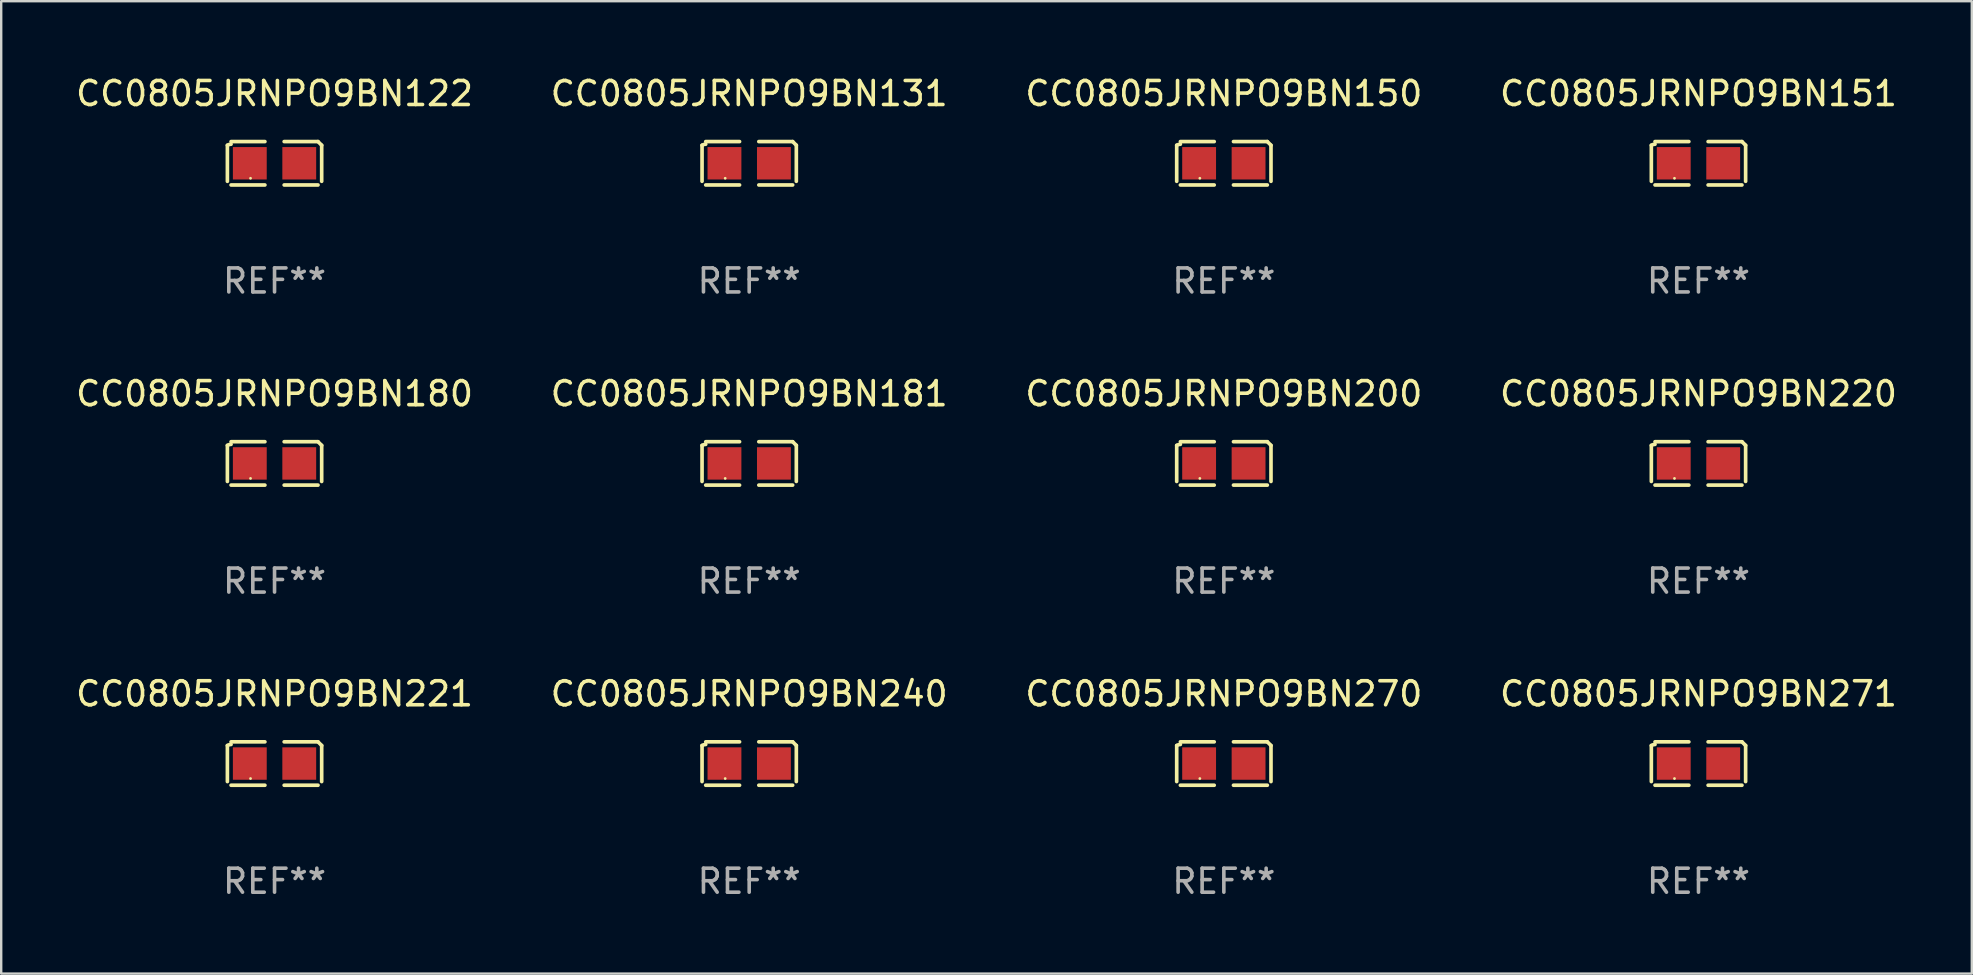
<source format=kicad_pcb>
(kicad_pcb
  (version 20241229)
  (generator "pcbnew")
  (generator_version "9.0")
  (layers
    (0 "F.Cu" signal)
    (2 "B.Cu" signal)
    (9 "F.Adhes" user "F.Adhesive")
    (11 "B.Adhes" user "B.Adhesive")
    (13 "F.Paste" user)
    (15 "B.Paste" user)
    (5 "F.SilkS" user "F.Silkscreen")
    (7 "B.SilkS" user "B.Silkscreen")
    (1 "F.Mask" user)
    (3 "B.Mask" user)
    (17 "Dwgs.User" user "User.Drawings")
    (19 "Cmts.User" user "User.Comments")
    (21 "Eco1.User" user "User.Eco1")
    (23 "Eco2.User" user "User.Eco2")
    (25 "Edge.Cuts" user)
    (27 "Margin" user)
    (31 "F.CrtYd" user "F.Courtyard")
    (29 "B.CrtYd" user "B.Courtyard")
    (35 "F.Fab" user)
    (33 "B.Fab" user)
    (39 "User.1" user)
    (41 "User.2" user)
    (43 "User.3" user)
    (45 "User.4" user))
  (footprint "CC0805JRNPO9BN180"
    (layer "F.Cu")
    (at 8.387 16.256)
    (property "Reference" "CC0805JRNPO9BN180" (at 0 -2.904 0) (layer "F.SilkS") (effects (font (size 1 1) (thickness 0.15))))
    (attr through_hole)
    (fp_line (start -1.964 0.751) (end -1.964 -0.751) (stroke (width 0.152) (type solid)) (layer "F.SilkS"))
    (fp_line (start -1.811 -0.904) (end -0.401 -0.904) (stroke (width 0.152) (type solid)) (layer "F.SilkS"))
    (fp_line (start -0.401 0.904) (end -1.811 0.904) (stroke (width 0.152) (type solid)) (layer "F.SilkS"))
    (fp_line (start 0.401 0.904) (end 1.811 0.904) (stroke (width 0.152) (type solid)) (layer "F.SilkS"))
    (fp_line (start 1.811 -0.904) (end 0.401 -0.904) (stroke (width 0.152) (type solid)) (layer "F.SilkS"))
    (fp_line (start 1.964 0.751) (end 1.964 -0.751) (stroke (width 0.152) (type solid)) (layer "F.SilkS"))
    (fp_arc (start -1.963602 -0.751207) (mid -1.890354 -0.783131) (end -1.811201 -0.794044) (stroke (width 0.1524) (type solid)) (layer "F.SilkS"))
    (fp_arc (start 1.811202 -0.903607) (mid 1.887413 -0.827418) (end 1.963602 -0.751207) (stroke (width 0.1524) (type solid)) (layer "F.SilkS"))
    (fp_circle (center -1 0.625) (end -0.97 0.625) (stroke (width 0.06) (type solid)) (fill no) (layer "F.SilkS"))
    (fp_text user "REF**" (at 0 4.904 0) (layer "F.Fab") (effects (font (size 1 1) (thickness 0.15))))
    (pad "1" smd rect (at -1.03 0) (size 1.41 1.35) (layers "F.Cu" "F.Mask" "F.Paste"))
    (pad "2" smd rect (at 1.03 0) (size 1.41 1.35) (layers "F.Cu" "F.Mask" "F.Paste")))
  (footprint "CC0805JRNPO9BN221"
    (layer "F.Cu")
    (at 8.387 28.759)
    (property "Reference" "CC0805JRNPO9BN221" (at 0 -2.904 0) (layer "F.SilkS") (effects (font (size 1 1) (thickness 0.15))))
    (attr through_hole)
    (fp_line (start -1.964 0.751) (end -1.964 -0.751) (stroke (width 0.152) (type solid)) (layer "F.SilkS"))
    (fp_line (start -1.811 -0.904) (end -0.401 -0.904) (stroke (width 0.152) (type solid)) (layer "F.SilkS"))
    (fp_line (start -0.401 0.904) (end -1.811 0.904) (stroke (width 0.152) (type solid)) (layer "F.SilkS"))
    (fp_line (start 0.401 0.904) (end 1.811 0.904) (stroke (width 0.152) (type solid)) (layer "F.SilkS"))
    (fp_line (start 1.811 -0.904) (end 0.401 -0.904) (stroke (width 0.152) (type solid)) (layer "F.SilkS"))
    (fp_line (start 1.964 0.751) (end 1.964 -0.751) (stroke (width 0.152) (type solid)) (layer "F.SilkS"))
    (fp_arc (start -1.963602 -0.751207) (mid -1.890354 -0.783131) (end -1.811201 -0.794044) (stroke (width 0.1524) (type solid)) (layer "F.SilkS"))
    (fp_arc (start 1.811202 -0.903607) (mid 1.887413 -0.827418) (end 1.963602 -0.751207) (stroke (width 0.1524) (type solid)) (layer "F.SilkS"))
    (fp_circle (center -1 0.625) (end -0.97 0.625) (stroke (width 0.06) (type solid)) (fill no) (layer "F.SilkS"))
    (fp_text user "REF**" (at 0 4.904 0) (layer "F.Fab") (effects (font (size 1 1) (thickness 0.15))))
    (pad "1" smd rect (at -1.03 0) (size 1.41 1.35) (layers "F.Cu" "F.Mask" "F.Paste"))
    (pad "2" smd rect (at 1.03 0) (size 1.41 1.35) (layers "F.Cu" "F.Mask" "F.Paste")))
  (footprint "CC0805JRNPO9BN181"
    (layer "F.Cu")
    (at 28.161 16.256)
    (property "Reference" "CC0805JRNPO9BN181" (at 0 -2.904 0) (layer "F.SilkS") (effects (font (size 1 1) (thickness 0.15))))
    (attr through_hole)
    (fp_line (start -1.964 0.751) (end -1.964 -0.751) (stroke (width 0.152) (type solid)) (layer "F.SilkS"))
    (fp_line (start -1.811 -0.904) (end -0.401 -0.904) (stroke (width 0.152) (type solid)) (layer "F.SilkS"))
    (fp_line (start -0.401 0.904) (end -1.811 0.904) (stroke (width 0.152) (type solid)) (layer "F.SilkS"))
    (fp_line (start 0.401 0.904) (end 1.811 0.904) (stroke (width 0.152) (type solid)) (layer "F.SilkS"))
    (fp_line (start 1.811 -0.904) (end 0.401 -0.904) (stroke (width 0.152) (type solid)) (layer "F.SilkS"))
    (fp_line (start 1.964 0.751) (end 1.964 -0.751) (stroke (width 0.152) (type solid)) (layer "F.SilkS"))
    (fp_arc (start -1.963602 -0.751207) (mid -1.890354 -0.783131) (end -1.811201 -0.794044) (stroke (width 0.1524) (type solid)) (layer "F.SilkS"))
    (fp_arc (start 1.811202 -0.903607) (mid 1.887413 -0.827418) (end 1.963602 -0.751207) (stroke (width 0.1524) (type solid)) (layer "F.SilkS"))
    (fp_circle (center -1 0.625) (end -0.97 0.625) (stroke (width 0.06) (type solid)) (fill no) (layer "F.SilkS"))
    (fp_text user "REF**" (at 0 4.904 0) (layer "F.Fab") (effects (font (size 1 1) (thickness 0.15))))
    (pad "1" smd rect (at -1.03 0) (size 1.41 1.35) (layers "F.Cu" "F.Mask" "F.Paste"))
    (pad "2" smd rect (at 1.03 0) (size 1.41 1.35) (layers "F.Cu" "F.Mask" "F.Paste")))
  (footprint "CC0805JRNPO9BN240"
    (layer "F.Cu")
    (at 28.161 28.759)
    (property "Reference" "CC0805JRNPO9BN240" (at 0 -2.904 0) (layer "F.SilkS") (effects (font (size 1 1) (thickness 0.15))))
    (attr through_hole)
    (fp_line (start -1.964 0.751) (end -1.964 -0.751) (stroke (width 0.152) (type solid)) (layer "F.SilkS"))
    (fp_line (start -1.811 -0.904) (end -0.401 -0.904) (stroke (width 0.152) (type solid)) (layer "F.SilkS"))
    (fp_line (start -0.401 0.904) (end -1.811 0.904) (stroke (width 0.152) (type solid)) (layer "F.SilkS"))
    (fp_line (start 0.401 0.904) (end 1.811 0.904) (stroke (width 0.152) (type solid)) (layer "F.SilkS"))
    (fp_line (start 1.811 -0.904) (end 0.401 -0.904) (stroke (width 0.152) (type solid)) (layer "F.SilkS"))
    (fp_line (start 1.964 0.751) (end 1.964 -0.751) (stroke (width 0.152) (type solid)) (layer "F.SilkS"))
    (fp_arc (start -1.963602 -0.751207) (mid -1.890354 -0.783131) (end -1.811201 -0.794044) (stroke (width 0.1524) (type solid)) (layer "F.SilkS"))
    (fp_arc (start 1.811202 -0.903607) (mid 1.887413 -0.827418) (end 1.963602 -0.751207) (stroke (width 0.1524) (type solid)) (layer "F.SilkS"))
    (fp_circle (center -1 0.625) (end -0.97 0.625) (stroke (width 0.06) (type solid)) (fill no) (layer "F.SilkS"))
    (fp_text user "REF**" (at 0 4.904 0) (layer "F.Fab") (effects (font (size 1 1) (thickness 0.15))))
    (pad "1" smd rect (at -1.03 0) (size 1.41 1.35) (layers "F.Cu" "F.Mask" "F.Paste"))
    (pad "2" smd rect (at 1.03 0) (size 1.41 1.35) (layers "F.Cu" "F.Mask" "F.Paste")))
  (footprint "CC0805JRNPO9BN122"
    (layer "F.Cu")
    (at 8.387 3.752)
    (property "Reference" "CC0805JRNPO9BN122" (at 0 -2.904 0) (layer "F.SilkS") (effects (font (size 1 1) (thickness 0.15))))
    (attr through_hole)
    (fp_line (start -1.964 0.751) (end -1.964 -0.751) (stroke (width 0.152) (type solid)) (layer "F.SilkS"))
    (fp_line (start -1.811 -0.904) (end -0.401 -0.904) (stroke (width 0.152) (type solid)) (layer "F.SilkS"))
    (fp_line (start -0.401 0.904) (end -1.811 0.904) (stroke (width 0.152) (type solid)) (layer "F.SilkS"))
    (fp_line (start 0.401 0.904) (end 1.811 0.904) (stroke (width 0.152) (type solid)) (layer "F.SilkS"))
    (fp_line (start 1.811 -0.904) (end 0.401 -0.904) (stroke (width 0.152) (type solid)) (layer "F.SilkS"))
    (fp_line (start 1.964 0.751) (end 1.964 -0.751) (stroke (width 0.152) (type solid)) (layer "F.SilkS"))
    (fp_arc (start -1.963602 -0.751207) (mid -1.890354 -0.783131) (end -1.811201 -0.794044) (stroke (width 0.1524) (type solid)) (layer "F.SilkS"))
    (fp_arc (start 1.811202 -0.903607) (mid 1.887413 -0.827418) (end 1.963602 -0.751207) (stroke (width 0.1524) (type solid)) (layer "F.SilkS"))
    (fp_circle (center -1 0.625) (end -0.97 0.625) (stroke (width 0.06) (type solid)) (fill no) (layer "F.SilkS"))
    (fp_text user "REF**" (at 0 4.904 0) (layer "F.Fab") (effects (font (size 1 1) (thickness 0.15))))
    (pad "1" smd rect (at -1.03 0) (size 1.41 1.35) (layers "F.Cu" "F.Mask" "F.Paste"))
    (pad "2" smd rect (at 1.03 0) (size 1.41 1.35) (layers "F.Cu" "F.Mask" "F.Paste")))
  (footprint "CC0805JRNPO9BN151"
    (layer "F.Cu")
    (at 67.708 3.752)
    (property "Reference" "CC0805JRNPO9BN151" (at 0 -2.904 0) (layer "F.SilkS") (effects (font (size 1 1) (thickness 0.15))))
    (attr through_hole)
    (fp_line (start -1.964 0.751) (end -1.964 -0.751) (stroke (width 0.152) (type solid)) (layer "F.SilkS"))
    (fp_line (start -1.811 -0.904) (end -0.401 -0.904) (stroke (width 0.152) (type solid)) (layer "F.SilkS"))
    (fp_line (start -0.401 0.904) (end -1.811 0.904) (stroke (width 0.152) (type solid)) (layer "F.SilkS"))
    (fp_line (start 0.401 0.904) (end 1.811 0.904) (stroke (width 0.152) (type solid)) (layer "F.SilkS"))
    (fp_line (start 1.811 -0.904) (end 0.401 -0.904) (stroke (width 0.152) (type solid)) (layer "F.SilkS"))
    (fp_line (start 1.964 0.751) (end 1.964 -0.751) (stroke (width 0.152) (type solid)) (layer "F.SilkS"))
    (fp_arc (start -1.963602 -0.751207) (mid -1.890354 -0.783131) (end -1.811201 -0.794044) (stroke (width 0.1524) (type solid)) (layer "F.SilkS"))
    (fp_arc (start 1.811202 -0.903607) (mid 1.887413 -0.827418) (end 1.963602 -0.751207) (stroke (width 0.1524) (type solid)) (layer "F.SilkS"))
    (fp_circle (center -1 0.625) (end -0.97 0.625) (stroke (width 0.06) (type solid)) (fill no) (layer "F.SilkS"))
    (fp_text user "REF**" (at 0 4.904 0) (layer "F.Fab") (effects (font (size 1 1) (thickness 0.15))))
    (pad "1" smd rect (at -1.03 0) (size 1.41 1.35) (layers "F.Cu" "F.Mask" "F.Paste"))
    (pad "2" smd rect (at 1.03 0) (size 1.41 1.35) (layers "F.Cu" "F.Mask" "F.Paste")))
  (footprint "CC0805JRNPO9BN220"
    (layer "F.Cu")
    (at 67.708 16.256)
    (property "Reference" "CC0805JRNPO9BN220" (at 0 -2.904 0) (layer "F.SilkS") (effects (font (size 1 1) (thickness 0.15))))
    (attr through_hole)
    (fp_line (start -1.964 0.751) (end -1.964 -0.751) (stroke (width 0.152) (type solid)) (layer "F.SilkS"))
    (fp_line (start -1.811 -0.904) (end -0.401 -0.904) (stroke (width 0.152) (type solid)) (layer "F.SilkS"))
    (fp_line (start -0.401 0.904) (end -1.811 0.904) (stroke (width 0.152) (type solid)) (layer "F.SilkS"))
    (fp_line (start 0.401 0.904) (end 1.811 0.904) (stroke (width 0.152) (type solid)) (layer "F.SilkS"))
    (fp_line (start 1.811 -0.904) (end 0.401 -0.904) (stroke (width 0.152) (type solid)) (layer "F.SilkS"))
    (fp_line (start 1.964 0.751) (end 1.964 -0.751) (stroke (width 0.152) (type solid)) (layer "F.SilkS"))
    (fp_arc (start -1.963602 -0.751207) (mid -1.890354 -0.783131) (end -1.811201 -0.794044) (stroke (width 0.1524) (type solid)) (layer "F.SilkS"))
    (fp_arc (start 1.811202 -0.903607) (mid 1.887413 -0.827418) (end 1.963602 -0.751207) (stroke (width 0.1524) (type solid)) (layer "F.SilkS"))
    (fp_circle (center -1 0.625) (end -0.97 0.625) (stroke (width 0.06) (type solid)) (fill no) (layer "F.SilkS"))
    (fp_text user "REF**" (at 0 4.904 0) (layer "F.Fab") (effects (font (size 1 1) (thickness 0.15))))
    (pad "1" smd rect (at -1.03 0) (size 1.41 1.35) (layers "F.Cu" "F.Mask" "F.Paste"))
    (pad "2" smd rect (at 1.03 0) (size 1.41 1.35) (layers "F.Cu" "F.Mask" "F.Paste")))
  (footprint "CC0805JRNPO9BN271"
    (layer "F.Cu")
    (at 67.708 28.759)
    (property "Reference" "CC0805JRNPO9BN271" (at 0 -2.904 0) (layer "F.SilkS") (effects (font (size 1 1) (thickness 0.15))))
    (attr through_hole)
    (fp_line (start -1.964 0.751) (end -1.964 -0.751) (stroke (width 0.152) (type solid)) (layer "F.SilkS"))
    (fp_line (start -1.811 -0.904) (end -0.401 -0.904) (stroke (width 0.152) (type solid)) (layer "F.SilkS"))
    (fp_line (start -0.401 0.904) (end -1.811 0.904) (stroke (width 0.152) (type solid)) (layer "F.SilkS"))
    (fp_line (start 0.401 0.904) (end 1.811 0.904) (stroke (width 0.152) (type solid)) (layer "F.SilkS"))
    (fp_line (start 1.811 -0.904) (end 0.401 -0.904) (stroke (width 0.152) (type solid)) (layer "F.SilkS"))
    (fp_line (start 1.964 0.751) (end 1.964 -0.751) (stroke (width 0.152) (type solid)) (layer "F.SilkS"))
    (fp_arc (start -1.963602 -0.751207) (mid -1.890354 -0.783131) (end -1.811201 -0.794044) (stroke (width 0.1524) (type solid)) (layer "F.SilkS"))
    (fp_arc (start 1.811202 -0.903607) (mid 1.887413 -0.827418) (end 1.963602 -0.751207) (stroke (width 0.1524) (type solid)) (layer "F.SilkS"))
    (fp_circle (center -1 0.625) (end -0.97 0.625) (stroke (width 0.06) (type solid)) (fill no) (layer "F.SilkS"))
    (fp_text user "REF**" (at 0 4.904 0) (layer "F.Fab") (effects (font (size 1 1) (thickness 0.15))))
    (pad "1" smd rect (at -1.03 0) (size 1.41 1.35) (layers "F.Cu" "F.Mask" "F.Paste"))
    (pad "2" smd rect (at 1.03 0) (size 1.41 1.35) (layers "F.Cu" "F.Mask" "F.Paste")))
  (footprint "CC0805JRNPO9BN270"
    (layer "F.Cu")
    (at 47.935 28.759)
    (property "Reference" "CC0805JRNPO9BN270" (at 0 -2.904 0) (layer "F.SilkS") (effects (font (size 1 1) (thickness 0.15))))
    (attr through_hole)
    (fp_line (start -1.964 0.751) (end -1.964 -0.751) (stroke (width 0.152) (type solid)) (layer "F.SilkS"))
    (fp_line (start -1.811 -0.904) (end -0.401 -0.904) (stroke (width 0.152) (type solid)) (layer "F.SilkS"))
    (fp_line (start -0.401 0.904) (end -1.811 0.904) (stroke (width 0.152) (type solid)) (layer "F.SilkS"))
    (fp_line (start 0.401 0.904) (end 1.811 0.904) (stroke (width 0.152) (type solid)) (layer "F.SilkS"))
    (fp_line (start 1.811 -0.904) (end 0.401 -0.904) (stroke (width 0.152) (type solid)) (layer "F.SilkS"))
    (fp_line (start 1.964 0.751) (end 1.964 -0.751) (stroke (width 0.152) (type solid)) (layer "F.SilkS"))
    (fp_arc (start -1.963602 -0.751207) (mid -1.890354 -0.783131) (end -1.811201 -0.794044) (stroke (width 0.1524) (type solid)) (layer "F.SilkS"))
    (fp_arc (start 1.811202 -0.903607) (mid 1.887413 -0.827418) (end 1.963602 -0.751207) (stroke (width 0.1524) (type solid)) (layer "F.SilkS"))
    (fp_circle (center -1 0.625) (end -0.97 0.625) (stroke (width 0.06) (type solid)) (fill no) (layer "F.SilkS"))
    (fp_text user "REF**" (at 0 4.904 0) (layer "F.Fab") (effects (font (size 1 1) (thickness 0.15))))
    (pad "1" smd rect (at -1.03 0) (size 1.41 1.35) (layers "F.Cu" "F.Mask" "F.Paste"))
    (pad "2" smd rect (at 1.03 0) (size 1.41 1.35) (layers "F.Cu" "F.Mask" "F.Paste")))
  (footprint "CC0805JRNPO9BN150"
    (layer "F.Cu")
    (at 47.935 3.752)
    (property "Reference" "CC0805JRNPO9BN150" (at 0 -2.904 0) (layer "F.SilkS") (effects (font (size 1 1) (thickness 0.15))))
    (attr through_hole)
    (fp_line (start -1.964 0.751) (end -1.964 -0.751) (stroke (width 0.152) (type solid)) (layer "F.SilkS"))
    (fp_line (start -1.811 -0.904) (end -0.401 -0.904) (stroke (width 0.152) (type solid)) (layer "F.SilkS"))
    (fp_line (start -0.401 0.904) (end -1.811 0.904) (stroke (width 0.152) (type solid)) (layer "F.SilkS"))
    (fp_line (start 0.401 0.904) (end 1.811 0.904) (stroke (width 0.152) (type solid)) (layer "F.SilkS"))
    (fp_line (start 1.811 -0.904) (end 0.401 -0.904) (stroke (width 0.152) (type solid)) (layer "F.SilkS"))
    (fp_line (start 1.964 0.751) (end 1.964 -0.751) (stroke (width 0.152) (type solid)) (layer "F.SilkS"))
    (fp_arc (start -1.963602 -0.751207) (mid -1.890354 -0.783131) (end -1.811201 -0.794044) (stroke (width 0.1524) (type solid)) (layer "F.SilkS"))
    (fp_arc (start 1.811202 -0.903607) (mid 1.887413 -0.827418) (end 1.963602 -0.751207) (stroke (width 0.1524) (type solid)) (layer "F.SilkS"))
    (fp_circle (center -1 0.625) (end -0.97 0.625) (stroke (width 0.06) (type solid)) (fill no) (layer "F.SilkS"))
    (fp_text user "REF**" (at 0 4.904 0) (layer "F.Fab") (effects (font (size 1 1) (thickness 0.15))))
    (pad "1" smd rect (at -1.03 0) (size 1.41 1.35) (layers "F.Cu" "F.Mask" "F.Paste"))
    (pad "2" smd rect (at 1.03 0) (size 1.41 1.35) (layers "F.Cu" "F.Mask" "F.Paste")))
  (footprint "CC0805JRNPO9BN131"
    (layer "F.Cu")
    (at 28.161 3.752)
    (property "Reference" "CC0805JRNPO9BN131" (at 0 -2.904 0) (layer "F.SilkS") (effects (font (size 1 1) (thickness 0.15))))
    (attr through_hole)
    (fp_line (start -1.964 0.751) (end -1.964 -0.751) (stroke (width 0.152) (type solid)) (layer "F.SilkS"))
    (fp_line (start -1.811 -0.904) (end -0.401 -0.904) (stroke (width 0.152) (type solid)) (layer "F.SilkS"))
    (fp_line (start -0.401 0.904) (end -1.811 0.904) (stroke (width 0.152) (type solid)) (layer "F.SilkS"))
    (fp_line (start 0.401 0.904) (end 1.811 0.904) (stroke (width 0.152) (type solid)) (layer "F.SilkS"))
    (fp_line (start 1.811 -0.904) (end 0.401 -0.904) (stroke (width 0.152) (type solid)) (layer "F.SilkS"))
    (fp_line (start 1.964 0.751) (end 1.964 -0.751) (stroke (width 0.152) (type solid)) (layer "F.SilkS"))
    (fp_arc (start -1.963602 -0.751207) (mid -1.890354 -0.783131) (end -1.811201 -0.794044) (stroke (width 0.1524) (type solid)) (layer "F.SilkS"))
    (fp_arc (start 1.811202 -0.903607) (mid 1.887413 -0.827418) (end 1.963602 -0.751207) (stroke (width 0.1524) (type solid)) (layer "F.SilkS"))
    (fp_circle (center -1 0.625) (end -0.97 0.625) (stroke (width 0.06) (type solid)) (fill no) (layer "F.SilkS"))
    (fp_text user "REF**" (at 0 4.904 0) (layer "F.Fab") (effects (font (size 1 1) (thickness 0.15))))
    (pad "1" smd rect (at -1.03 0) (size 1.41 1.35) (layers "F.Cu" "F.Mask" "F.Paste"))
    (pad "2" smd rect (at 1.03 0) (size 1.41 1.35) (layers "F.Cu" "F.Mask" "F.Paste")))
  (footprint "CC0805JRNPO9BN200"
    (layer "F.Cu")
    (at 47.935 16.256)
    (property "Reference" "CC0805JRNPO9BN200" (at 0 -2.904 0) (layer "F.SilkS") (effects (font (size 1 1) (thickness 0.15))))
    (attr through_hole)
    (fp_line (start -1.964 0.751) (end -1.964 -0.751) (stroke (width 0.152) (type solid)) (layer "F.SilkS"))
    (fp_line (start -1.811 -0.904) (end -0.401 -0.904) (stroke (width 0.152) (type solid)) (layer "F.SilkS"))
    (fp_line (start -0.401 0.904) (end -1.811 0.904) (stroke (width 0.152) (type solid)) (layer "F.SilkS"))
    (fp_line (start 0.401 0.904) (end 1.811 0.904) (stroke (width 0.152) (type solid)) (layer "F.SilkS"))
    (fp_line (start 1.811 -0.904) (end 0.401 -0.904) (stroke (width 0.152) (type solid)) (layer "F.SilkS"))
    (fp_line (start 1.964 0.751) (end 1.964 -0.751) (stroke (width 0.152) (type solid)) (layer "F.SilkS"))
    (fp_arc (start -1.963602 -0.751207) (mid -1.890354 -0.783131) (end -1.811201 -0.794044) (stroke (width 0.1524) (type solid)) (layer "F.SilkS"))
    (fp_arc (start 1.811202 -0.903607) (mid 1.887413 -0.827418) (end 1.963602 -0.751207) (stroke (width 0.1524) (type solid)) (layer "F.SilkS"))
    (fp_circle (center -1 0.625) (end -0.97 0.625) (stroke (width 0.06) (type solid)) (fill no) (layer "F.SilkS"))
    (fp_text user "REF**" (at 0 4.904 0) (layer "F.Fab") (effects (font (size 1 1) (thickness 0.15))))
    (pad "1" smd rect (at -1.03 0) (size 1.41 1.35) (layers "F.Cu" "F.Mask" "F.Paste"))
    (pad "2" smd rect (at 1.03 0) (size 1.41 1.35) (layers "F.Cu" "F.Mask" "F.Paste")))
  (gr_rect
    (start -3 -3)
    (end 79.095 37.511)
    (stroke (width 0.1) (type default))
    (fill no)
    (layer "Edge.Cuts")))
</source>
